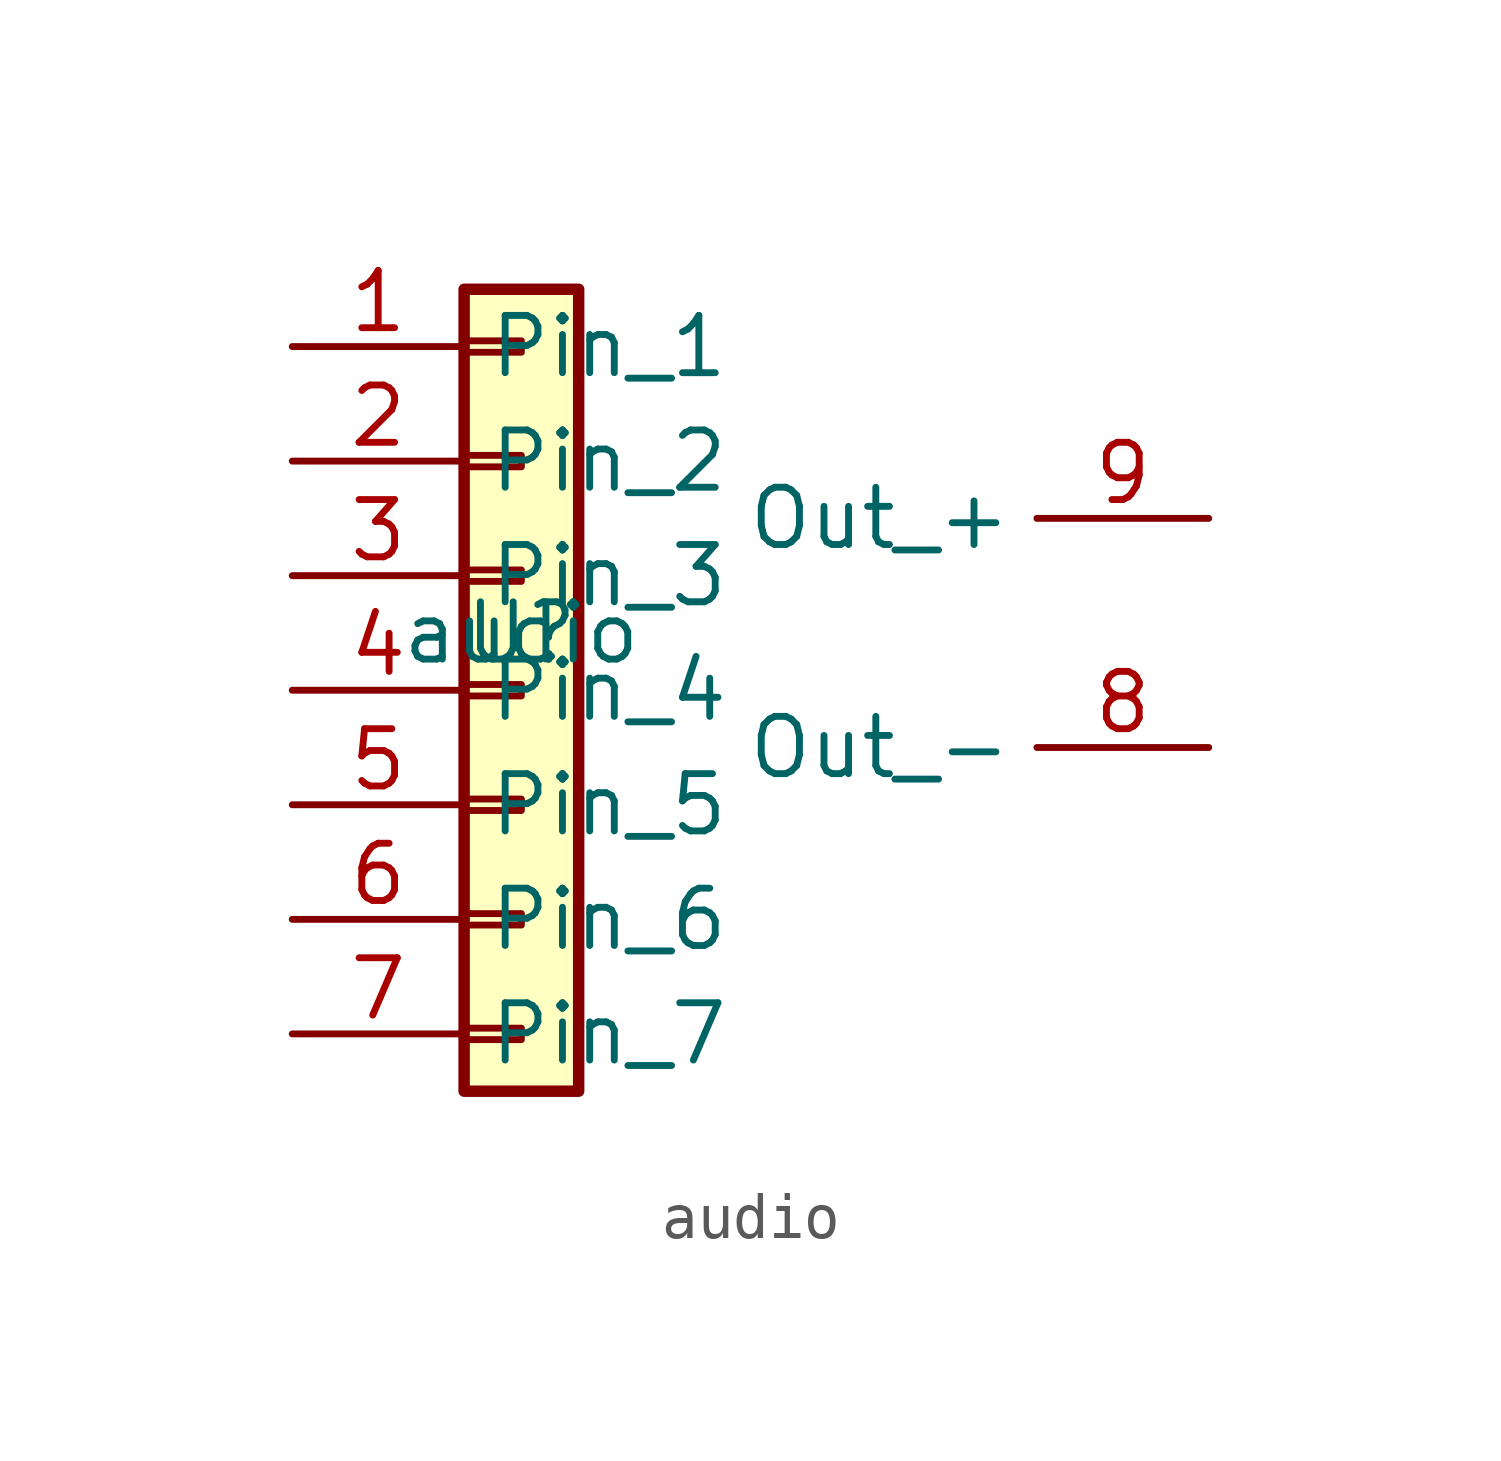
<source format=kicad_sym>
(kicad_symbol_lib
  (version 20211014)
  (generator kicad_symbol_editor)
  (symbol "audio"
    (property "Reference" "U"
      (at 0 0 0)
      (effects (font (size 1.27 1.27))))
    (property "Value" "audio"
      (at 0 0 0)
      (effects (font (size 1.27 1.27))))
    (symbol "audio_1_1"
      (rectangle (start -1.27 -8.763) (end 0 -9.017) (stroke (width 0.152) (type default) (color 0 0 0 0)) (fill (type none)))
      (rectangle (start -1.27 -6.223) (end 0 -6.477) (stroke (width 0.152) (type default) (color 0 0 0 0)) (fill (type none)))
      (rectangle (start -1.27 -3.683) (end 0 -3.937) (stroke (width 0.152) (type default) (color 0 0 0 0)) (fill (type none)))
      (rectangle (start -1.27 -1.143) (end 0 -1.397) (stroke (width 0.152) (type default) (color 0 0 0 0)) (fill (type none)))
      (rectangle (start -1.27 1.397) (end 0 1.143) (stroke (width 0.152) (type default) (color 0 0 0 0)) (fill (type none)))
      (rectangle (start -1.27 3.937) (end 0 3.683) (stroke (width 0.152) (type default) (color 0 0 0 0)) (fill (type none)))
      (rectangle (start -1.27 6.477) (end 0 6.223) (stroke (width 0.152) (type default) (color 0 0 0 0)) (fill (type none)))
      (rectangle (start -1.27 7.62) (end 1.27 -10.16) (stroke (width 0.254) (type default) (color 0 0 0 0)) (fill (type background)))
      (pin input line (at -5.08 6.35 0) (length 3.81) (name "Pin_1" (effects (font (size 1.27 1.27)))) (number "1" (effects (font (size 1.27 1.27)))))
      (pin passive line (at -5.08 3.81 0) (length 3.81) (name "Pin_2" (effects (font (size 1.27 1.27)))) (number "2" (effects (font (size 1.27 1.27)))))
      (pin passive line (at -5.08 1.27 0) (length 3.81) (name "Pin_3" (effects (font (size 1.27 1.27)))) (number "3" (effects (font (size 1.27 1.27)))))
      (pin passive line (at -5.08 -1.27 0) (length 3.81) (name "Pin_4" (effects (font (size 1.27 1.27)))) (number "4" (effects (font (size 1.27 1.27)))))
      (pin passive line (at -5.08 -3.81 0) (length 3.81) (name "Pin_5" (effects (font (size 1.27 1.27)))) (number "5" (effects (font (size 1.27 1.27)))))
      (pin passive line (at -5.08 -6.35 0) (length 3.81) (name "Pin_6" (effects (font (size 1.27 1.27)))) (number "6" (effects (font (size 1.27 1.27)))))
      (pin passive line (at -5.08 -8.89 0) (length 3.81) (name "Pin_7" (effects (font (size 1.27 1.27)))) (number "7" (effects (font (size 1.27 1.27)))))
      (pin output line (at 15.24 -2.54 180) (length 3.81) (name "Out_-" (effects (font (size 1.27 1.27)))) (number "8" (effects (font (size 1.27 1.27)))))
      (pin output line (at 15.24 2.54 180) (length 3.81) (name "Out_+" (effects (font (size 1.27 1.27)))) (number "9" (effects (font (size 1.27 1.27))))))))
</source>
